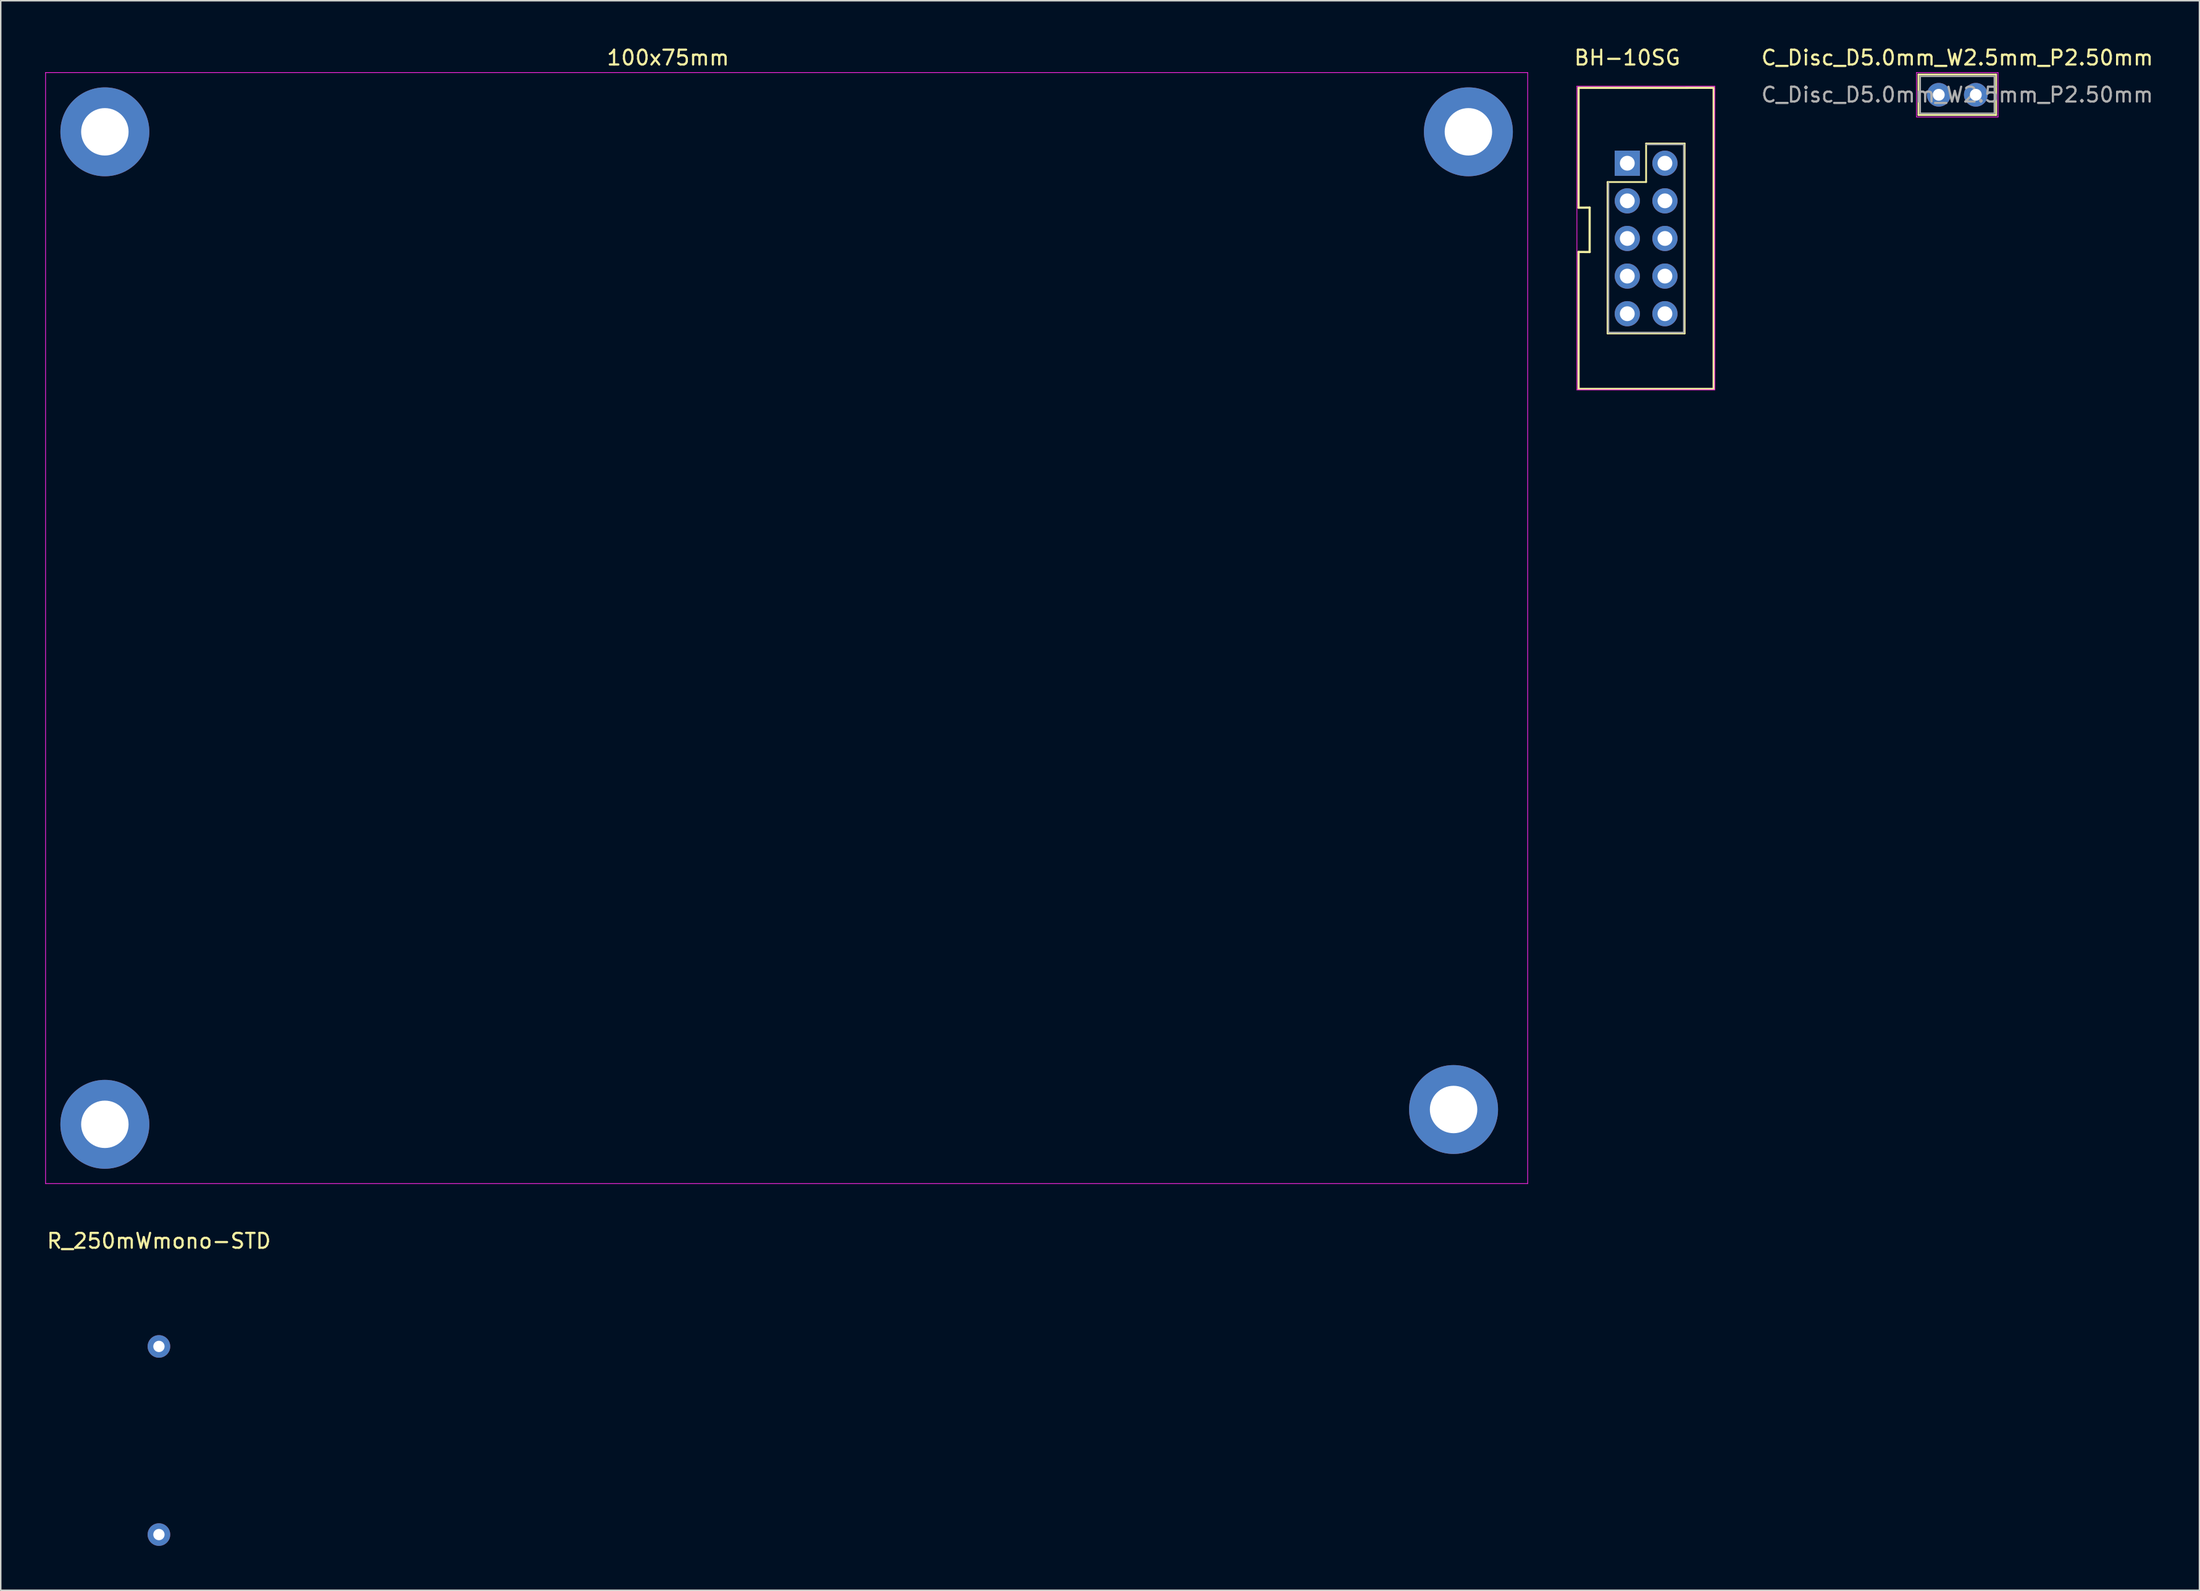
<source format=kicad_pcb>
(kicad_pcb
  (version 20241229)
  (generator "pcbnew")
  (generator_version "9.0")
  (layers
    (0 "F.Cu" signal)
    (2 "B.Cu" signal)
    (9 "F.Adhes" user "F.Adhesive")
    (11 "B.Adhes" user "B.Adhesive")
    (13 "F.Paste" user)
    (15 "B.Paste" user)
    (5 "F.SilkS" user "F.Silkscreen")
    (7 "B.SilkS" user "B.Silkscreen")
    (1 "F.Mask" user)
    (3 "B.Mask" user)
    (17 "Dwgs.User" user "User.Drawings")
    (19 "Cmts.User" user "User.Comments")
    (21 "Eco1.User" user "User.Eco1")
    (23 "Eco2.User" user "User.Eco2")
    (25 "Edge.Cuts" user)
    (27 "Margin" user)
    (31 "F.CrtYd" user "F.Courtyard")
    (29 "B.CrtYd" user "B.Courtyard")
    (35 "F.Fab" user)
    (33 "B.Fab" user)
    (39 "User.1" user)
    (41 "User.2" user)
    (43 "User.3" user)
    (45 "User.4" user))
  (footprint "C_Disc_D5.0mm_W2.5mm_P2.50mm"
    (layer "F.Cu")
    (at 127.761 3.348)
    (property "Reference" "C_Disc_D5.0mm_W2.5mm_P2.50mm" (at 1.25 -2.5 0) (layer "F.SilkS") (effects (font (size 1 1) (thickness 0.15))))
    (attr through_hole)
    (fp_line (start -1.37 -1.37) (end -1.37 1.37) (stroke (width 0.12) (type solid)) (layer "F.SilkS"))
    (fp_line (start -1.37 -1.37) (end 3.87 -1.37) (stroke (width 0.12) (type solid)) (layer "F.SilkS"))
    (fp_line (start -1.37 1.37) (end 3.87 1.37) (stroke (width 0.12) (type solid)) (layer "F.SilkS"))
    (fp_line (start 3.87 -1.37) (end 3.87 1.37) (stroke (width 0.12) (type solid)) (layer "F.SilkS"))
    (fp_line (start -1.5 -1.5) (end -1.5 1.5) (stroke (width 0.05) (type solid)) (layer "F.CrtYd"))
    (fp_line (start -1.5 1.5) (end 4 1.5) (stroke (width 0.05) (type solid)) (layer "F.CrtYd"))
    (fp_line (start 4 -1.5) (end -1.5 -1.5) (stroke (width 0.05) (type solid)) (layer "F.CrtYd"))
    (fp_line (start 4 1.5) (end 4 -1.5) (stroke (width 0.05) (type solid)) (layer "F.CrtYd"))
    (fp_line (start -1.25 -1.25) (end -1.25 1.25) (stroke (width 0.1) (type solid)) (layer "F.Fab"))
    (fp_line (start -1.25 1.25) (end 3.75 1.25) (stroke (width 0.1) (type solid)) (layer "F.Fab"))
    (fp_line (start 3.75 -1.25) (end -1.25 -1.25) (stroke (width 0.1) (type solid)) (layer "F.Fab"))
    (fp_line (start 3.75 1.25) (end 3.75 -1.25) (stroke (width 0.1) (type solid)) (layer "F.Fab"))
    (fp_text user "${REFERENCE}" (at 1.25 0 0) (layer "F.Fab") (effects (font (size 1 1) (thickness 0.15))))
    (pad "1" thru_hole circle (at 0 0) (size 1.6 1.6) (drill 0.8) (layers "*.Cu" "*.Mask"))
    (pad "2" thru_hole circle (at 2.5 0) (size 1.6 1.6) (drill 0.8) (layers "*.Cu" "*.Mask")))
  (footprint "R_250mWmono-STD"
    (layer "F.Cu")
    (at 7.673 80.222)
    (property "Reference" "R_250mWmono-STD" (at 0 0.5 0) (layer "F.SilkS") (effects (font (size 1 1) (thickness 0.15))))
    (attr through_hole)
    (pad "1" thru_hole circle (at 0 7.62) (size 1.524 1.524) (drill 0.762) (layers "*.Cu" "*.Mask"))
    (pad "2" thru_hole circle (at 0 20.32) (size 1.524 1.524) (drill 0.762) (layers "*.Cu" "*.Mask")))
  (footprint "100x75mm"
    (layer "F.Cu")
    (at 50.025 39.348)
    (property "Reference" "100x75mm" (at -8 -38.5 180) (layer "F.SilkS") (effects (font (size 1 1) (thickness 0.15))))
    (attr through_hole)
    (fp_line (start -50 -37.5) (end 50 -37.5) (stroke (width 0.05) (type solid)) (layer "F.CrtYd"))
    (fp_line (start -50 37.5) (end -50 -37.5) (stroke (width 0.05) (type solid)) (layer "F.CrtYd"))
    (fp_line (start 50 -37.5) (end 50 37.5) (stroke (width 0.05) (type solid)) (layer "F.CrtYd"))
    (fp_line (start 50 37.5) (end -50 37.5) (stroke (width 0.05) (type solid)) (layer "F.CrtYd"))
    (pad "" np_thru_hole circle (at -46 -33.5 90) (size 6 6) (drill 3.2) (layers "*.Cu" "*.Mask"))
    (pad "" np_thru_hole circle (at -46 33.5 90) (size 6 6) (drill 3.2) (layers "*.Cu" "*.Mask"))
    (pad "" np_thru_hole circle (at 45 32.5 90) (size 6 6) (drill 3.2) (layers "*.Cu" "*.Mask"))
    (pad "" np_thru_hole circle (at 46 -33.5 90) (size 6 6) (drill 3.2) (layers "*.Cu" "*.Mask")))
  (footprint "BH-10SG"
    (layer "F.Cu")
    (at 106.746 7.968)
    (property "Reference" "BH-10SG" (at 0 -7.12 0) (layer "F.SilkS") (effects (font (size 1 1) (thickness 0.15))))
    (attr through_hole)
    (fp_line (start -3.29 3) (end -3.29 -5.09) (stroke (width 0.15) (type solid)) (layer "F.SilkS"))
    (fp_line (start -3.29 5.99) (end -3.29 15.24) (stroke (width 0.15) (type solid)) (layer "F.SilkS"))
    (fp_line (start -2.54 2.997) (end -3.29 3) (stroke (width 0.15) (type solid)) (layer "F.SilkS"))
    (fp_line (start -2.54 2.997) (end -2.54 5.994) (stroke (width 0.15) (type solid)) (layer "F.SilkS"))
    (fp_line (start -2.54 5.994) (end -3.29 5.99) (stroke (width 0.15) (type solid)) (layer "F.SilkS"))
    (fp_line (start -1.33 1.27) (end -1.33 11.49) (stroke (width 0.12) (type solid)) (layer "F.SilkS"))
    (fp_line (start -1.33 1.27) (end 1.27 1.27) (stroke (width 0.12) (type solid)) (layer "F.SilkS"))
    (fp_line (start -1.33 11.49) (end 3.87 11.49) (stroke (width 0.12) (type solid)) (layer "F.SilkS"))
    (fp_line (start 1.27 -1.33) (end 3.87 -1.33) (stroke (width 0.12) (type solid)) (layer "F.SilkS"))
    (fp_line (start 1.27 1.27) (end 1.27 -1.33) (stroke (width 0.12) (type solid)) (layer "F.SilkS"))
    (fp_line (start 3.87 -1.33) (end 3.87 11.49) (stroke (width 0.12) (type solid)) (layer "F.SilkS"))
    (fp_line (start 5.817 -5.093) (end -3.29 -5.09) (stroke (width 0.15) (type solid)) (layer "F.SilkS"))
    (fp_line (start 5.83 15.24) (end -3.29 15.24) (stroke (width 0.15) (type solid)) (layer "F.SilkS"))
    (fp_line (start 5.83 15.24) (end 5.83 -5.08) (stroke (width 0.15) (type solid)) (layer "F.SilkS"))
    (fp_line (start -3.4 15.3) (end -3.4 -5.2) (stroke (width 0.05) (type solid)) (layer "F.CrtYd"))
    (fp_line (start -3.4 15.3) (end 5.9 15.3) (stroke (width 0.05) (type solid)) (layer "F.CrtYd"))
    (fp_line (start 5.9 -5.2) (end -3.4 -5.2) (stroke (width 0.05) (type solid)) (layer "F.CrtYd"))
    (fp_line (start 5.9 15.3) (end 5.9 -5.2) (stroke (width 0.05) (type solid)) (layer "F.CrtYd"))
    (fp_line (start -1.27 11.43) (end -1.27 1.308) (stroke (width 0.1) (type solid)) (layer "F.Fab"))
    (fp_line (start 1.283 -1.27) (end 3.81 -1.27) (stroke (width 0.1) (type solid)) (layer "F.Fab"))
    (fp_line (start 3.81 -1.27) (end 3.81 11.43) (stroke (width 0.1) (type solid)) (layer "F.Fab"))
    (fp_line (start 3.81 11.43) (end -1.27 11.43) (stroke (width 0.1) (type solid)) (layer "F.Fab"))
    (pad "1" thru_hole rect (at 0 0) (size 1.7 1.7) (drill 1) (layers "*.Cu" "*.Mask"))
    (pad "2" thru_hole oval (at 2.54 0) (size 1.7 1.7) (drill 1) (layers "*.Cu" "*.Mask"))
    (pad "3" thru_hole oval (at 0 2.54) (size 1.7 1.7) (drill 1) (layers "*.Cu" "*.Mask"))
    (pad "4" thru_hole oval (at 2.54 2.54) (size 1.7 1.7) (drill 1) (layers "*.Cu" "*.Mask"))
    (pad "5" thru_hole oval (at 0 5.08) (size 1.7 1.7) (drill 1) (layers "*.Cu" "*.Mask"))
    (pad "6" thru_hole oval (at 2.54 5.08) (size 1.7 1.7) (drill 1) (layers "*.Cu" "*.Mask"))
    (pad "7" thru_hole oval (at 0 7.62) (size 1.7 1.7) (drill 1) (layers "*.Cu" "*.Mask"))
    (pad "8" thru_hole oval (at 2.54 7.62) (size 1.7 1.7) (drill 1) (layers "*.Cu" "*.Mask"))
    (pad "9" thru_hole oval (at 0 10.16) (size 1.7 1.7) (drill 1) (layers "*.Cu" "*.Mask"))
    (pad "10" thru_hole oval (at 2.54 10.16) (size 1.7 1.7) (drill 1) (layers "*.Cu" "*.Mask")))
  (gr_rect
    (start -3 -3)
    (end 145.35 104.303)
    (stroke (width 0.1) (type default))
    (fill no)
    (layer "Edge.Cuts")))
</source>
